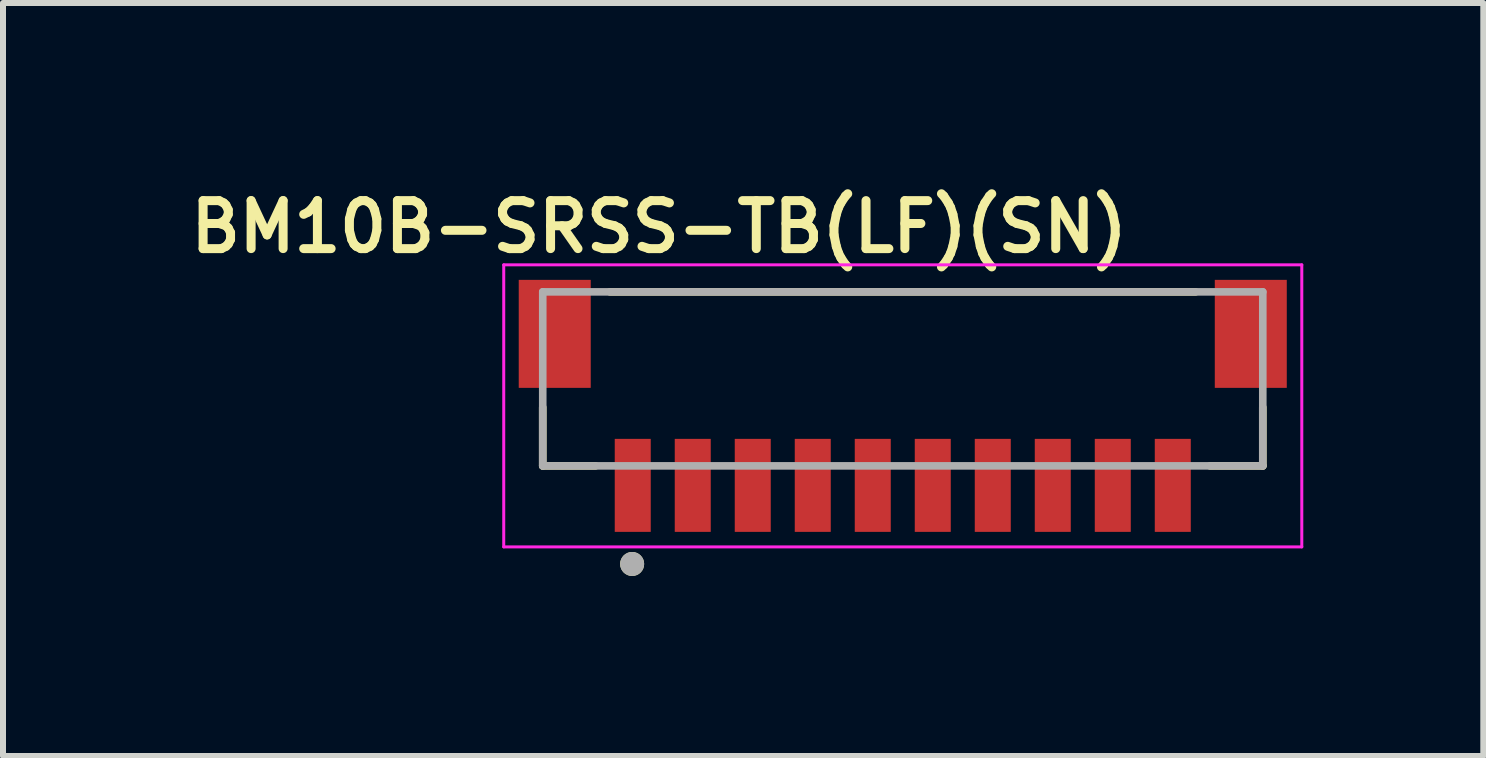
<source format=kicad_pcb>
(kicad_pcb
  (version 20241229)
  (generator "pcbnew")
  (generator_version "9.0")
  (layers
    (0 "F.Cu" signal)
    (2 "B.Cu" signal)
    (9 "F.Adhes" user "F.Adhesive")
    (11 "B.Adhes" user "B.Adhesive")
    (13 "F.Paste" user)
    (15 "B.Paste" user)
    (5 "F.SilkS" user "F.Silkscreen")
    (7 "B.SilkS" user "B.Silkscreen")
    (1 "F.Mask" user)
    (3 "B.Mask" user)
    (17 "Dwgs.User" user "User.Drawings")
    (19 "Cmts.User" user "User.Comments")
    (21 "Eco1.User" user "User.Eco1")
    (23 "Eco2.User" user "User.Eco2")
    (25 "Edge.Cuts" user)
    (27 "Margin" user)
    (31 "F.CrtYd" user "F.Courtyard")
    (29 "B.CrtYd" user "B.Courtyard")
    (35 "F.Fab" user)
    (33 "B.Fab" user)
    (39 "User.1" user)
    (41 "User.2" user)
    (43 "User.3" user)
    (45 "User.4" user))
  (footprint "BM10B-SRSS-TB(LF)(SN)"
    (layer "F.Cu")
    (at 11.995 3.21)
    (property "Reference" "BM10B-SRSS-TB(LF)(SN)" (at -4.06 -2.479 0) (layer "F.SilkS") (effects (font (size 0.8 0.8) (thickness 0.15))))
    (attr through_hole)
    (fp_line (start -6 0.529) (end -6 1.504) (stroke (width 0.127) (type solid)) (layer "F.SilkS"))
    (fp_line (start -6 1.504) (end -5.12 1.504) (stroke (width 0.127) (type solid)) (layer "F.SilkS"))
    (fp_line (start 4.88 -1.396) (end -4.88 -1.396) (stroke (width 0.127) (type solid)) (layer "F.SilkS"))
    (fp_line (start 6 0.529) (end 6 1.504) (stroke (width 0.127) (type solid)) (layer "F.SilkS"))
    (fp_line (start 6 1.504) (end 5.12 1.504) (stroke (width 0.127) (type solid)) (layer "F.SilkS"))
    (fp_circle (center -4.51 3.139) (end -4.41 3.139) (stroke (width 0.2) (type solid)) (fill no) (layer "F.SilkS"))
    (fp_line (start -6.65 -1.846) (end -6.65 2.854) (stroke (width 0.05) (type solid)) (layer "F.CrtYd"))
    (fp_line (start -6.65 2.854) (end 6.65 2.854) (stroke (width 0.05) (type solid)) (layer "F.CrtYd"))
    (fp_line (start 6.65 -1.846) (end -6.65 -1.846) (stroke (width 0.05) (type solid)) (layer "F.CrtYd"))
    (fp_line (start 6.65 2.854) (end 6.65 -1.846) (stroke (width 0.05) (type solid)) (layer "F.CrtYd"))
    (fp_line (start -6 -1.396) (end -6 1.504) (stroke (width 0.127) (type solid)) (layer "F.Fab"))
    (fp_line (start -6 1.504) (end 6 1.504) (stroke (width 0.127) (type solid)) (layer "F.Fab"))
    (fp_line (start 6 -1.396) (end -6 -1.396) (stroke (width 0.127) (type solid)) (layer "F.Fab"))
    (fp_line (start 6 1.504) (end 6 -1.396) (stroke (width 0.127) (type solid)) (layer "F.Fab"))
    (fp_circle (center -4.51 3.139) (end -4.41 3.139) (stroke (width 0.2) (type solid)) (fill no) (layer "F.Fab"))
    (pad "1" smd rect (at -4.5 1.829) (size 0.6 1.55) (layers "F.Cu" "F.Mask" "F.Paste"))
    (pad "2" smd rect (at -3.5 1.829) (size 0.6 1.55) (layers "F.Cu" "F.Mask" "F.Paste"))
    (pad "3" smd rect (at -2.5 1.829) (size 0.6 1.55) (layers "F.Cu" "F.Mask" "F.Paste"))
    (pad "4" smd rect (at -1.5 1.829) (size 0.6 1.55) (layers "F.Cu" "F.Mask" "F.Paste"))
    (pad "5" smd rect (at -0.5 1.829) (size 0.6 1.55) (layers "F.Cu" "F.Mask" "F.Paste"))
    (pad "6" smd rect (at 0.5 1.829) (size 0.6 1.55) (layers "F.Cu" "F.Mask" "F.Paste"))
    (pad "7" smd rect (at 1.5 1.829) (size 0.6 1.55) (layers "F.Cu" "F.Mask" "F.Paste"))
    (pad "8" smd rect (at 2.5 1.829) (size 0.6 1.55) (layers "F.Cu" "F.Mask" "F.Paste"))
    (pad "9" smd rect (at 3.5 1.829) (size 0.6 1.55) (layers "F.Cu" "F.Mask" "F.Paste"))
    (pad "10" smd rect (at 4.5 1.829) (size 0.6 1.55) (layers "F.Cu" "F.Mask" "F.Paste"))
    (pad "S1" smd rect (at -5.8 -0.696) (size 1.2 1.8) (layers "F.Cu" "F.Mask" "F.Paste"))
    (pad "S2" smd rect (at 5.8 -0.696) (size 1.2 1.8) (layers "F.Cu" "F.Mask" "F.Paste")))
  (gr_rect
    (start -3 -3)
    (end 21.67 9.549)
    (stroke (width 0.1) (type default))
    (fill no)
    (layer "Edge.Cuts")))
</source>
